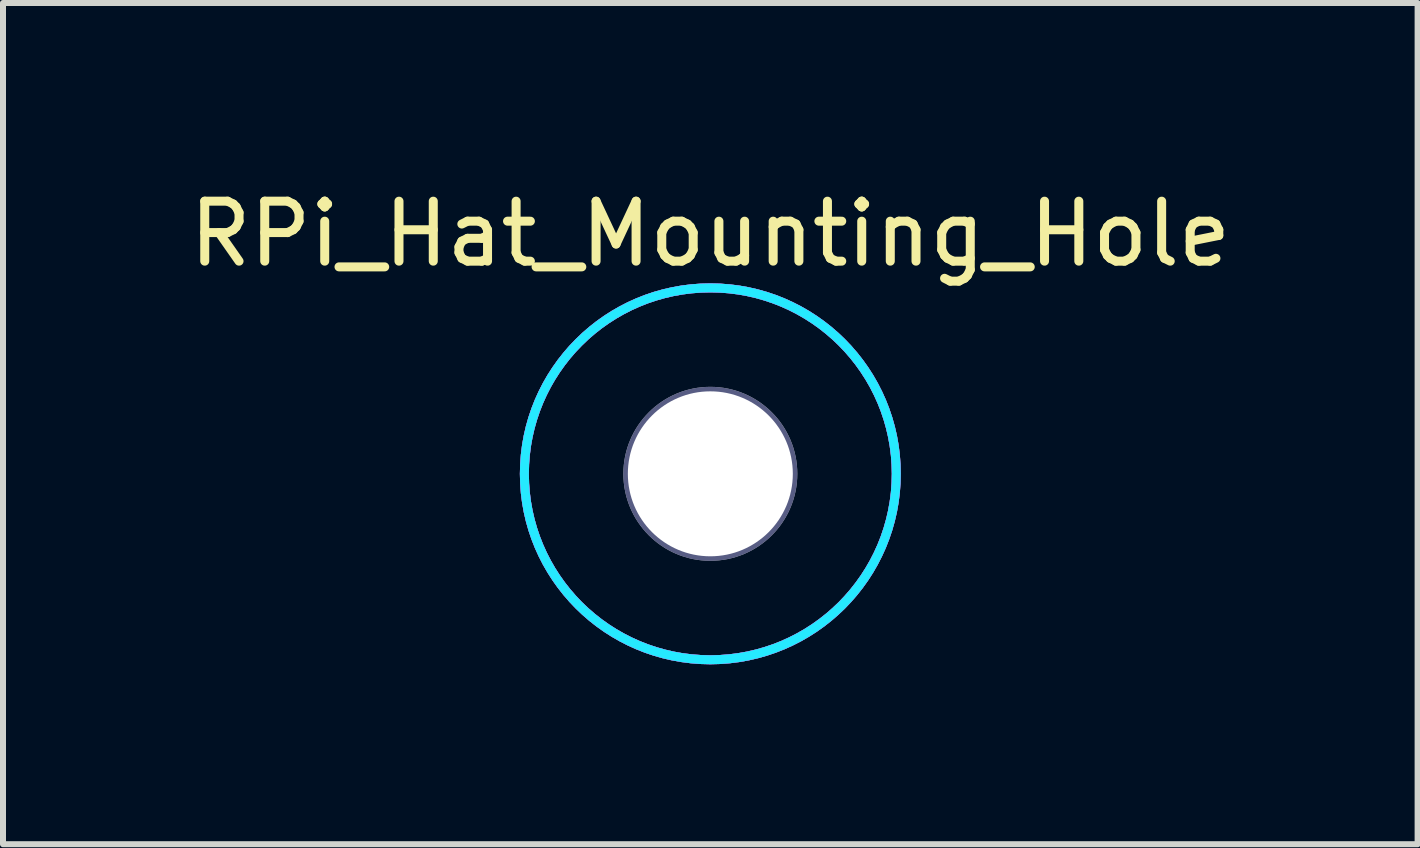
<source format=kicad_pcb>
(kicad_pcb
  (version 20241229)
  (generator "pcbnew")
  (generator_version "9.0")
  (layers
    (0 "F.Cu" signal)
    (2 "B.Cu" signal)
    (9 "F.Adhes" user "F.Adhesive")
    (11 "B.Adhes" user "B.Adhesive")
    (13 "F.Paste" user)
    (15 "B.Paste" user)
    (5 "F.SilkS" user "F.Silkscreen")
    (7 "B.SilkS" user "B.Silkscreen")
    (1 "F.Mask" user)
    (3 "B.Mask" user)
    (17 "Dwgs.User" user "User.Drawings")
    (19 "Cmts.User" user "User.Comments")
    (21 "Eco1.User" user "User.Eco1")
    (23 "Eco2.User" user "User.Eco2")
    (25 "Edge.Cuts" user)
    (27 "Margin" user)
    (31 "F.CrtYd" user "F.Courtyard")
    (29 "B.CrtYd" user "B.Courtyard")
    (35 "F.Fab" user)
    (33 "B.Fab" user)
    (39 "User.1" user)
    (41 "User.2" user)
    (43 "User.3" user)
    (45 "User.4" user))
  (footprint "RPi_Hat_Mounting_Hole"
    (layer "F.Cu")
    (at 8.792 4.849)
    (property "Reference" "RPi_Hat_Mounting_Hole" (at 0 -4 0) (layer "F.SilkS") (effects (font (size 1 1) (thickness 0.15))))
    (attr through_hole)
    (fp_circle (center 0 0) (end 3.1 0) (stroke (width 0.15) (type solid)) (fill no) (layer "B.CrtYd"))
    (fp_circle (center 0 0) (end 3.1 0) (stroke (width 0.15) (type solid)) (fill no) (layer "F.CrtYd"))
    (fp_circle (center 0 0) (end 1.375 0) (stroke (width 0.15) (type solid)) (fill no) (layer "B.Fab"))
    (fp_circle (center 0 0) (end 3.1 0) (stroke (width 0.15) (type solid)) (fill no) (layer "B.Fab"))
    (fp_circle (center 0 0) (end 1.375 0) (stroke (width 0.15) (type solid)) (fill no) (layer "F.Fab"))
    (fp_circle (center 0 0) (end 3.1 0) (stroke (width 0.15) (type solid)) (fill no) (layer "F.Fab"))
    (pad "" np_thru_hole circle (at 0 0) (size 2.75 2.75) (drill 2.75) (layers "*.Cu" "*.Mask")))
  (gr_rect
    (start -3 -3)
    (end 20.583 11.024)
    (stroke (width 0.1) (type default))
    (fill no)
    (layer "Edge.Cuts")))
</source>
